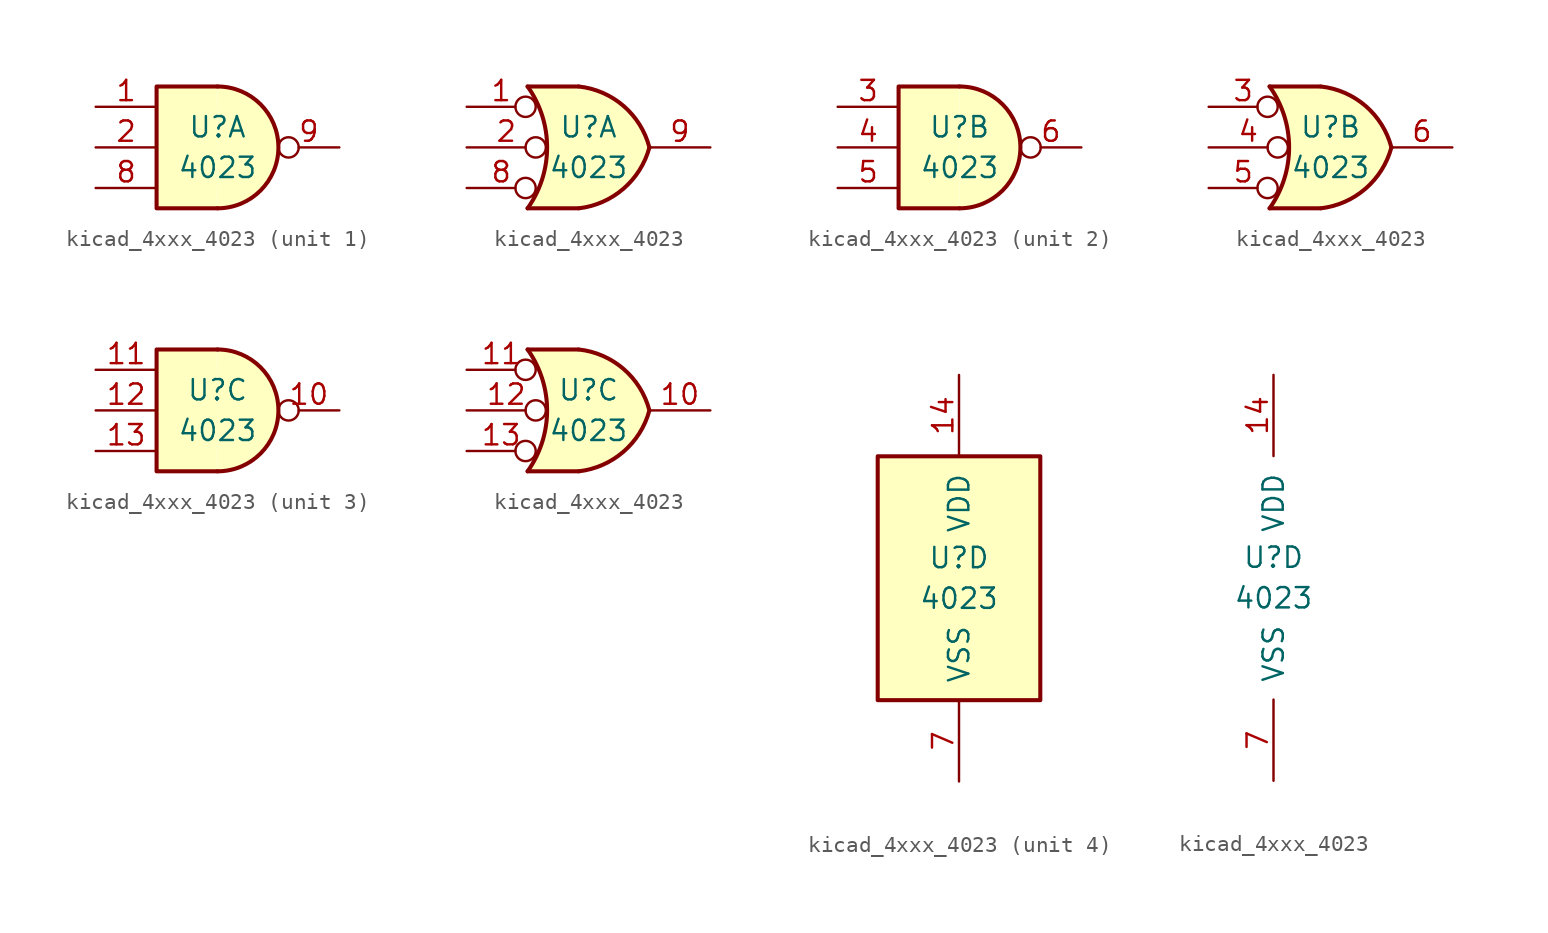
<source format=kicad_sym>
(kicad_symbol_lib
  (version 20220914)
  (generator kicad_symbol_editor)
  (symbol "kicad_4xxx_4023"
    (pin_names
      (offset 1.016))
    (property "Reference" "U"
      (at 0 1.27 0)
      (effects (font (size 1.27 1.27))))
    (property "Value" "4023"
      (at 0 -1.27 0)
      (effects (font (size 1.27 1.27))))
    (property "ki_locked" ""
      (at 0 0 0)
      (effects (font (size 1.27 1.27))))
    (symbol "kicad_4xxx_4023_1_1"
      (arc (start 0 -3.81) (mid 3.7934 0) (end 0 3.81) (stroke (width 0.254) (type default)) (fill (type background)))
      (polyline (pts (xy 0 3.81) (xy -3.81 3.81) (xy -3.81 -3.81) (xy 0 -3.81)) (stroke (width 0.254) (type default)) (fill (type background)))
      (pin input line (at -7.62 2.54 0) (length 3.81) (name "~" (effects (font (size 1.27 1.27)))) (number "1" (effects (font (size 1.27 1.27)))))
      (pin input line (at -7.62 0 0) (length 3.81) (name "~" (effects (font (size 1.27 1.27)))) (number "2" (effects (font (size 1.27 1.27)))))
      (pin input line (at -7.62 -2.54 0) (length 3.81) (name "~" (effects (font (size 1.27 1.27)))) (number "8" (effects (font (size 1.27 1.27)))))
      (pin output inverted (at 7.62 0 180) (length 3.81) (name "~" (effects (font (size 1.27 1.27)))) (number "9" (effects (font (size 1.27 1.27))))))
    (symbol "kicad_4xxx_4023_1_2"
      (arc (start -3.81 -3.81) (mid -2.589 0) (end -3.81 3.81) (stroke (width 0.254) (type default)) (fill (type none)))
      (arc (start -0.6096 -3.81) (mid 2.1842 -2.5851) (end 3.81 0) (stroke (width 0.254) (type default)) (fill (type background)))
      (polyline (pts (xy -3.81 -3.81) (xy -0.635 -3.81)) (stroke (width 0.254) (type default)) (fill (type background)))
      (polyline (pts (xy -3.81 3.81) (xy -0.635 3.81)) (stroke (width 0.254) (type default)) (fill (type background)))
      (polyline (pts (xy -0.635 3.81) (xy -3.81 3.81) (xy -3.81 3.81) (xy -3.556 3.404) (xy -3.023 2.261) (xy -2.692 1.041) (xy -2.616 -0.254) (xy -2.769 -1.499) (xy -3.175 -2.718) (xy -3.81 -3.81) (xy -3.81 -3.81) (xy -0.635 -3.81)) (stroke (width -25.4) (type default)) (fill (type background)))
      (arc (start 3.81 0) (mid 2.1915 2.5936) (end -0.6096 3.81) (stroke (width 0.254) (type default)) (fill (type background)))
      (pin input inverted (at -7.62 2.54 0) (length 4.318) (name "~" (effects (font (size 1.27 1.27)))) (number "1" (effects (font (size 1.27 1.27)))))
      (pin input inverted (at -7.62 0 0) (length 4.953) (name "~" (effects (font (size 1.27 1.27)))) (number "2" (effects (font (size 1.27 1.27)))))
      (pin input inverted (at -7.62 -2.54 0) (length 4.318) (name "~" (effects (font (size 1.27 1.27)))) (number "8" (effects (font (size 1.27 1.27)))))
      (pin output line (at 7.62 0 180) (length 3.81) (name "~" (effects (font (size 1.27 1.27)))) (number "9" (effects (font (size 1.27 1.27))))))
    (symbol "kicad_4xxx_4023_2_1"
      (arc (start 0 -3.81) (mid 3.7934 0) (end 0 3.81) (stroke (width 0.254) (type default)) (fill (type background)))
      (polyline (pts (xy 0 3.81) (xy -3.81 3.81) (xy -3.81 -3.81) (xy 0 -3.81)) (stroke (width 0.254) (type default)) (fill (type background)))
      (pin input line (at -7.62 2.54 0) (length 3.81) (name "~" (effects (font (size 1.27 1.27)))) (number "3" (effects (font (size 1.27 1.27)))))
      (pin input line (at -7.62 0 0) (length 3.81) (name "~" (effects (font (size 1.27 1.27)))) (number "4" (effects (font (size 1.27 1.27)))))
      (pin input line (at -7.62 -2.54 0) (length 3.81) (name "~" (effects (font (size 1.27 1.27)))) (number "5" (effects (font (size 1.27 1.27)))))
      (pin output inverted (at 7.62 0 180) (length 3.81) (name "~" (effects (font (size 1.27 1.27)))) (number "6" (effects (font (size 1.27 1.27))))))
    (symbol "kicad_4xxx_4023_2_2"
      (arc (start -3.81 -3.81) (mid -2.589 0) (end -3.81 3.81) (stroke (width 0.254) (type default)) (fill (type none)))
      (arc (start -0.6096 -3.81) (mid 2.1842 -2.5851) (end 3.81 0) (stroke (width 0.254) (type default)) (fill (type background)))
      (polyline (pts (xy -3.81 -3.81) (xy -0.635 -3.81)) (stroke (width 0.254) (type default)) (fill (type background)))
      (polyline (pts (xy -3.81 3.81) (xy -0.635 3.81)) (stroke (width 0.254) (type default)) (fill (type background)))
      (polyline (pts (xy -0.635 3.81) (xy -3.81 3.81) (xy -3.81 3.81) (xy -3.556 3.404) (xy -3.023 2.261) (xy -2.692 1.041) (xy -2.616 -0.254) (xy -2.769 -1.499) (xy -3.175 -2.718) (xy -3.81 -3.81) (xy -3.81 -3.81) (xy -0.635 -3.81)) (stroke (width -25.4) (type default)) (fill (type background)))
      (arc (start 3.81 0) (mid 2.1915 2.5936) (end -0.6096 3.81) (stroke (width 0.254) (type default)) (fill (type background)))
      (pin input inverted (at -7.62 2.54 0) (length 4.318) (name "~" (effects (font (size 1.27 1.27)))) (number "3" (effects (font (size 1.27 1.27)))))
      (pin input inverted (at -7.62 0 0) (length 4.953) (name "~" (effects (font (size 1.27 1.27)))) (number "4" (effects (font (size 1.27 1.27)))))
      (pin input inverted (at -7.62 -2.54 0) (length 4.318) (name "~" (effects (font (size 1.27 1.27)))) (number "5" (effects (font (size 1.27 1.27)))))
      (pin output line (at 7.62 0 180) (length 3.81) (name "~" (effects (font (size 1.27 1.27)))) (number "6" (effects (font (size 1.27 1.27))))))
    (symbol "kicad_4xxx_4023_3_1"
      (arc (start 0 -3.81) (mid 3.7934 0) (end 0 3.81) (stroke (width 0.254) (type default)) (fill (type background)))
      (polyline (pts (xy 0 3.81) (xy -3.81 3.81) (xy -3.81 -3.81) (xy 0 -3.81)) (stroke (width 0.254) (type default)) (fill (type background)))
      (pin output inverted (at 7.62 0 180) (length 3.81) (name "~" (effects (font (size 1.27 1.27)))) (number "10" (effects (font (size 1.27 1.27)))))
      (pin input line (at -7.62 2.54 0) (length 3.81) (name "~" (effects (font (size 1.27 1.27)))) (number "11" (effects (font (size 1.27 1.27)))))
      (pin input line (at -7.62 0 0) (length 3.81) (name "~" (effects (font (size 1.27 1.27)))) (number "12" (effects (font (size 1.27 1.27)))))
      (pin input line (at -7.62 -2.54 0) (length 3.81) (name "~" (effects (font (size 1.27 1.27)))) (number "13" (effects (font (size 1.27 1.27))))))
    (symbol "kicad_4xxx_4023_3_2"
      (arc (start -3.81 -3.81) (mid -2.589 0) (end -3.81 3.81) (stroke (width 0.254) (type default)) (fill (type none)))
      (arc (start -0.6096 -3.81) (mid 2.1842 -2.5851) (end 3.81 0) (stroke (width 0.254) (type default)) (fill (type background)))
      (polyline (pts (xy -3.81 -3.81) (xy -0.635 -3.81)) (stroke (width 0.254) (type default)) (fill (type background)))
      (polyline (pts (xy -3.81 3.81) (xy -0.635 3.81)) (stroke (width 0.254) (type default)) (fill (type background)))
      (polyline (pts (xy -0.635 3.81) (xy -3.81 3.81) (xy -3.81 3.81) (xy -3.556 3.404) (xy -3.023 2.261) (xy -2.692 1.041) (xy -2.616 -0.254) (xy -2.769 -1.499) (xy -3.175 -2.718) (xy -3.81 -3.81) (xy -3.81 -3.81) (xy -0.635 -3.81)) (stroke (width -25.4) (type default)) (fill (type background)))
      (arc (start 3.81 0) (mid 2.1915 2.5936) (end -0.6096 3.81) (stroke (width 0.254) (type default)) (fill (type background)))
      (pin output line (at 7.62 0 180) (length 3.81) (name "~" (effects (font (size 1.27 1.27)))) (number "10" (effects (font (size 1.27 1.27)))))
      (pin input inverted (at -7.62 2.54 0) (length 4.318) (name "~" (effects (font (size 1.27 1.27)))) (number "11" (effects (font (size 1.27 1.27)))))
      (pin input inverted (at -7.62 0 0) (length 4.953) (name "~" (effects (font (size 1.27 1.27)))) (number "12" (effects (font (size 1.27 1.27)))))
      (pin input inverted (at -7.62 -2.54 0) (length 4.318) (name "~" (effects (font (size 1.27 1.27)))) (number "13" (effects (font (size 1.27 1.27))))))
    (symbol "kicad_4xxx_4023_4_0"
      (pin power_in line (at 0 12.7 270) (length 5.08) (name "VDD" (effects (font (size 1.27 1.27)))) (number "14" (effects (font (size 1.27 1.27)))))
      (pin power_in line (at 0 -12.7 90) (length 5.08) (name "VSS" (effects (font (size 1.27 1.27)))) (number "7" (effects (font (size 1.27 1.27))))))
    (symbol "kicad_4xxx_4023_4_1"
      (rectangle (start -5.08 7.62) (end 5.08 -7.62) (stroke (width 0.254) (type default)) (fill (type background))))))
</source>
